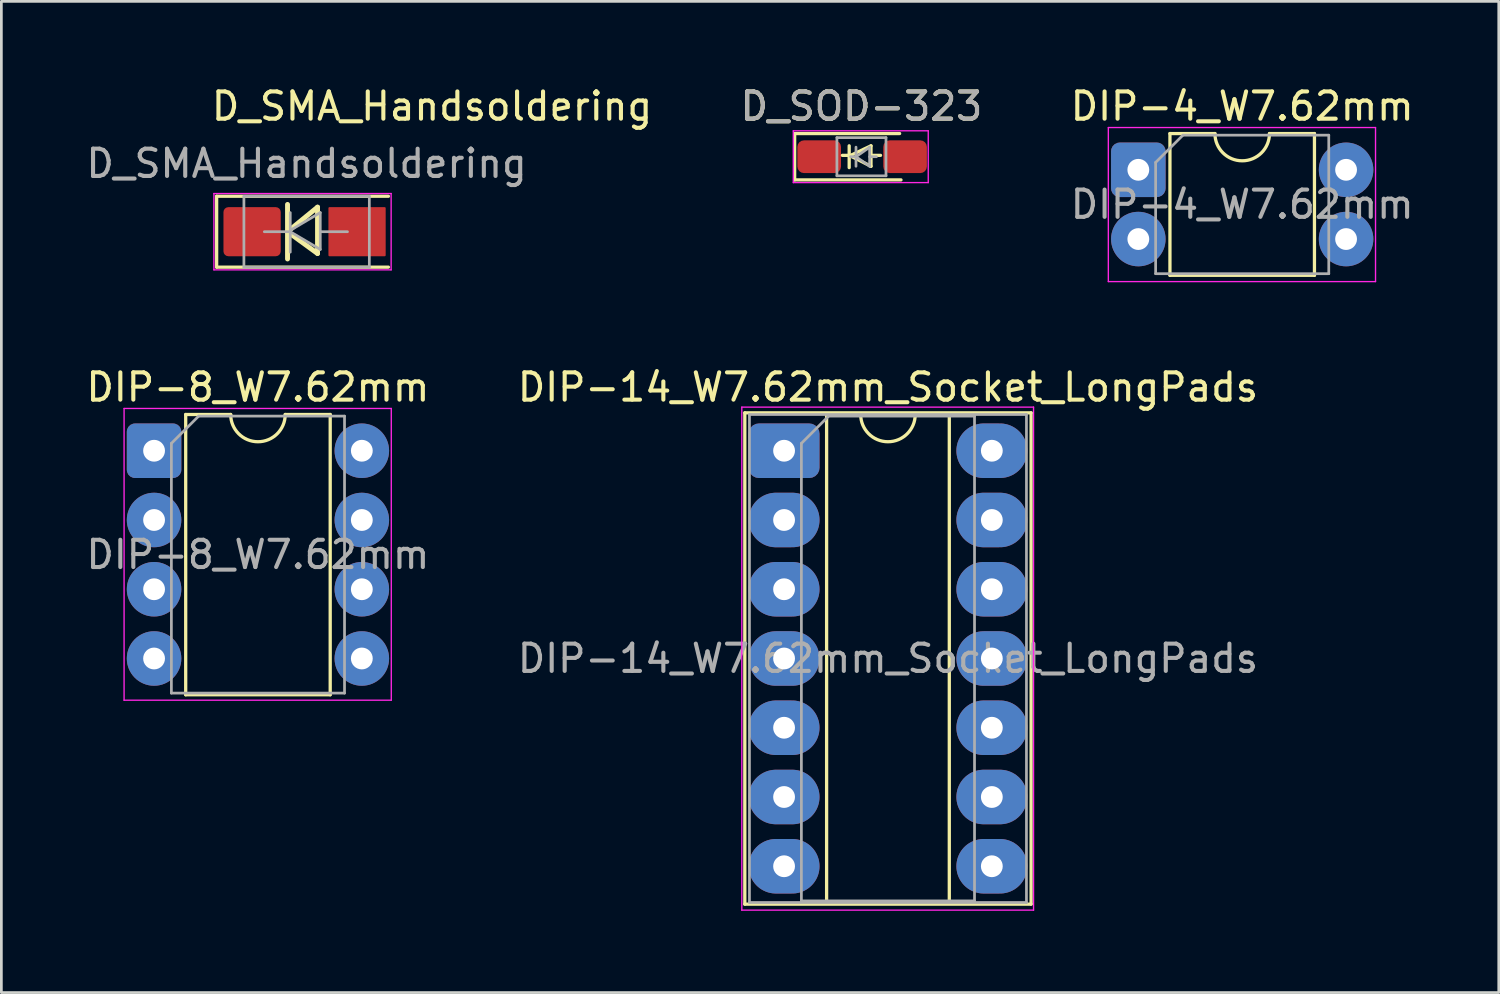
<source format=kicad_pcb>
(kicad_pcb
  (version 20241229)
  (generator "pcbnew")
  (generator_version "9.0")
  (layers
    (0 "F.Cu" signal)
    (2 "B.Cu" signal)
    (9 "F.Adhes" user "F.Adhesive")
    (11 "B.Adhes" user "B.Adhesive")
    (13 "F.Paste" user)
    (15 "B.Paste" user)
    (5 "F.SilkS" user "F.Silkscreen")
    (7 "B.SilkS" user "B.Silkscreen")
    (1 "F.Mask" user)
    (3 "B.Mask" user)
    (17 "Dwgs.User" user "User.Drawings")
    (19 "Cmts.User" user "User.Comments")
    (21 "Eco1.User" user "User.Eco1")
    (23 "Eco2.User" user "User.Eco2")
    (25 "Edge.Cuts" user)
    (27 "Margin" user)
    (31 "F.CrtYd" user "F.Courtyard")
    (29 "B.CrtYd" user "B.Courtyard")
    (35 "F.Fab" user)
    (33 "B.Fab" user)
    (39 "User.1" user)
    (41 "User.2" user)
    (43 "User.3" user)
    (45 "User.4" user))
  (footprint "D_SOD-323"
    (layer "F.Cu")
    (at 28.546 2.698)
    (property "Reference" "D_SOD-323" (at 0 -1.85 0) (layer "F.SilkS") (effects (font (size 1 1) (thickness 0.15))))
    (attr smd)
    (fp_line (start -2.45 -0.85) (end -2.45 0.85) (stroke (width 0.12) (type solid)) (layer "F.SilkS"))
    (fp_line (start -2.45 -0.85) (end 1.4 -0.85) (stroke (width 0.12) (type solid)) (layer "F.SilkS"))
    (fp_line (start -2.45 0.85) (end 1.45 0.85) (stroke (width 0.12) (type solid)) (layer "F.SilkS"))
    (fp_line (start -0.45 -0.4) (end -0.45 0.4) (stroke (width 0.12) (type solid)) (layer "F.SilkS"))
    (fp_line (start -0.45 -0.05) (end -0.7 -0.05) (stroke (width 0.12) (type solid)) (layer "F.SilkS"))
    (fp_line (start -0.4 -0.05) (end 0.35 -0.4) (stroke (width 0.12) (type solid)) (layer "F.SilkS"))
    (fp_line (start 0.35 -0.4) (end 0.35 0.35) (stroke (width 0.12) (type solid)) (layer "F.SilkS"))
    (fp_line (start 0.35 -0.05) (end 0.7 -0.05) (stroke (width 0.12) (type solid)) (layer "F.SilkS"))
    (fp_line (start 0.35 0.35) (end -0.45 -0.05) (stroke (width 0.12) (type solid)) (layer "F.SilkS"))
    (fp_line (start -2.5 -0.95) (end -2.5 0.95) (stroke (width 0.05) (type solid)) (layer "F.CrtYd"))
    (fp_line (start -2.5 -0.95) (end 2.45 -0.95) (stroke (width 0.05) (type solid)) (layer "F.CrtYd"))
    (fp_line (start -2.5 0.95) (end 2.45 0.95) (stroke (width 0.05) (type solid)) (layer "F.CrtYd"))
    (fp_line (start 2.45 -0.95) (end 2.45 0.95) (stroke (width 0.05) (type solid)) (layer "F.CrtYd"))
    (fp_line (start -0.9 -0.7) (end 0.9 -0.7) (stroke (width 0.1) (type solid)) (layer "F.Fab"))
    (fp_line (start -0.9 0.7) (end -0.9 -0.7) (stroke (width 0.1) (type solid)) (layer "F.Fab"))
    (fp_line (start -0.2 -0.35) (end -0.2 0.35) (stroke (width 0.1) (type solid)) (layer "F.Fab"))
    (fp_line (start -0.2 0) (end -0.4 0) (stroke (width 0.1) (type solid)) (layer "F.Fab"))
    (fp_line (start -0.2 0) (end 0.3 -0.35) (stroke (width 0.1) (type solid)) (layer "F.Fab"))
    (fp_line (start 0.3 -0.35) (end 0.3 0.35) (stroke (width 0.1) (type solid)) (layer "F.Fab"))
    (fp_line (start 0.3 0) (end 0.55 0) (stroke (width 0.1) (type solid)) (layer "F.Fab"))
    (fp_line (start 0.3 0.35) (end -0.2 0) (stroke (width 0.1) (type solid)) (layer "F.Fab"))
    (fp_line (start 0.9 -0.7) (end 0.9 0.7) (stroke (width 0.1) (type solid)) (layer "F.Fab"))
    (fp_line (start 0.9 0.7) (end -0.9 0.7) (stroke (width 0.1) (type solid)) (layer "F.Fab"))
    (fp_text user "${REFERENCE}" (at 0 -1.85 0) (layer "F.Fab") (effects (font (size 1 1) (thickness 0.15))))
    (pad "1" smd roundrect (at -1.55 0) (size 1.6 1.2) (layers "F.Cu" "F.Mask" "F.Paste") (roundrect_rratio 0.2))
    (pad "2" smd roundrect (at 1.6 0) (size 1.6 1.2) (layers "F.Cu" "F.Mask" "F.Paste") (roundrect_rratio 0.2)))
  (footprint "DIP-8_W7.62mm"
    (layer "F.Cu")
    (at 2.601 13.482)
    (property "Reference" "DIP-8_W7.62mm" (at 3.81 -2.33 180) (layer "F.SilkS") (effects (font (size 1 1) (thickness 0.15))))
    (attr through_hole)
    (fp_line (start 1.16 -1.33) (end 1.16 8.95) (stroke (width 0.12) (type solid)) (layer "F.SilkS"))
    (fp_line (start 1.16 8.95) (end 6.46 8.95) (stroke (width 0.12) (type solid)) (layer "F.SilkS"))
    (fp_line (start 2.81 -1.33) (end 1.16 -1.33) (stroke (width 0.12) (type solid)) (layer "F.SilkS"))
    (fp_line (start 6.46 -1.33) (end 4.81 -1.33) (stroke (width 0.12) (type solid)) (layer "F.SilkS"))
    (fp_line (start 6.46 8.95) (end 6.46 -1.33) (stroke (width 0.12) (type solid)) (layer "F.SilkS"))
    (fp_arc (start 4.81 -1.33) (mid 3.81 -0.33) (end 2.81 -1.33) (stroke (width 0.12) (type solid)) (layer "F.SilkS"))
    (fp_line (start -1.1 -1.55) (end -1.1 9.15) (stroke (width 0.05) (type solid)) (layer "F.CrtYd"))
    (fp_line (start -1.1 9.15) (end 8.7 9.15) (stroke (width 0.05) (type solid)) (layer "F.CrtYd"))
    (fp_line (start 8.7 -1.55) (end -1.1 -1.55) (stroke (width 0.05) (type solid)) (layer "F.CrtYd"))
    (fp_line (start 8.7 9.15) (end 8.7 -1.55) (stroke (width 0.05) (type solid)) (layer "F.CrtYd"))
    (fp_line (start 0.635 -0.27) (end 1.635 -1.27) (stroke (width 0.1) (type solid)) (layer "F.Fab"))
    (fp_line (start 0.635 8.89) (end 0.635 -0.27) (stroke (width 0.1) (type solid)) (layer "F.Fab"))
    (fp_line (start 1.635 -1.27) (end 6.985 -1.27) (stroke (width 0.1) (type solid)) (layer "F.Fab"))
    (fp_line (start 6.985 -1.27) (end 6.985 8.89) (stroke (width 0.1) (type solid)) (layer "F.Fab"))
    (fp_line (start 6.985 8.89) (end 0.635 8.89) (stroke (width 0.1) (type solid)) (layer "F.Fab"))
    (fp_text user "${REFERENCE}" (at 3.81 3.81 180) (layer "F.Fab") (effects (font (size 1 1) (thickness 0.15))))
    (pad "1" thru_hole roundrect (at 0 0) (size 2 2) (drill 0.8) (layers "*.Cu" "*.Mask") (roundrect_rratio 0.15))
    (pad "2" thru_hole oval (at 0 2.54) (size 2 2) (drill 0.8) (layers "*.Cu" "*.Mask"))
    (pad "3" thru_hole oval (at 0 5.08) (size 2 2) (drill 0.8) (layers "*.Cu" "*.Mask"))
    (pad "4" thru_hole oval (at 0 7.62) (size 2 2) (drill 0.8) (layers "*.Cu" "*.Mask"))
    (pad "5" thru_hole oval (at 7.62 7.62) (size 2 2) (drill 0.8) (layers "*.Cu" "*.Mask"))
    (pad "6" thru_hole oval (at 7.62 5.08) (size 2 2) (drill 0.8) (layers "*.Cu" "*.Mask"))
    (pad "7" thru_hole oval (at 7.62 2.54) (size 2 2) (drill 0.8) (layers "*.Cu" "*.Mask"))
    (pad "8" thru_hole oval (at 7.62 0) (size 2 2) (drill 0.8) (layers "*.Cu" "*.Mask")))
  (footprint "DIP-4_W7.62mm"
    (layer "F.Cu")
    (at 38.701 3.178)
    (property "Reference" "DIP-4_W7.62mm" (at 3.81 -2.33 180) (layer "F.SilkS") (effects (font (size 1 1) (thickness 0.15))))
    (attr through_hole)
    (fp_line (start 1.16 -1.33) (end 1.16 3.87) (stroke (width 0.12) (type solid)) (layer "F.SilkS"))
    (fp_line (start 1.16 3.87) (end 6.46 3.87) (stroke (width 0.12) (type solid)) (layer "F.SilkS"))
    (fp_line (start 2.81 -1.33) (end 1.16 -1.33) (stroke (width 0.12) (type solid)) (layer "F.SilkS"))
    (fp_line (start 6.46 -1.33) (end 4.81 -1.33) (stroke (width 0.12) (type solid)) (layer "F.SilkS"))
    (fp_line (start 6.46 3.87) (end 6.46 -1.33) (stroke (width 0.12) (type solid)) (layer "F.SilkS"))
    (fp_arc (start 4.81 -1.33) (mid 3.81 -0.33) (end 2.81 -1.33) (stroke (width 0.12) (type solid)) (layer "F.SilkS"))
    (fp_line (start -1.1 -1.55) (end -1.1 4.1) (stroke (width 0.05) (type solid)) (layer "F.CrtYd"))
    (fp_line (start -1.1 4.1) (end 8.7 4.1) (stroke (width 0.05) (type solid)) (layer "F.CrtYd"))
    (fp_line (start 8.7 -1.55) (end -1.1 -1.55) (stroke (width 0.05) (type solid)) (layer "F.CrtYd"))
    (fp_line (start 8.7 4.1) (end 8.7 -1.55) (stroke (width 0.05) (type solid)) (layer "F.CrtYd"))
    (fp_line (start 0.635 -0.27) (end 1.635 -1.27) (stroke (width 0.1) (type solid)) (layer "F.Fab"))
    (fp_line (start 0.635 3.81) (end 0.635 -0.27) (stroke (width 0.1) (type solid)) (layer "F.Fab"))
    (fp_line (start 1.635 -1.27) (end 6.985 -1.27) (stroke (width 0.1) (type solid)) (layer "F.Fab"))
    (fp_line (start 6.985 -1.27) (end 6.985 3.81) (stroke (width 0.1) (type solid)) (layer "F.Fab"))
    (fp_line (start 6.985 3.81) (end 0.635 3.81) (stroke (width 0.1) (type solid)) (layer "F.Fab"))
    (fp_text user "${REFERENCE}" (at 3.81 1.27 180) (layer "F.Fab") (effects (font (size 1 1) (thickness 0.15))))
    (pad "1" thru_hole roundrect (at 0 0) (size 2 2) (drill 0.8) (layers "*.Cu" "*.Mask") (roundrect_rratio 0.16))
    (pad "2" thru_hole oval (at 0 2.54) (size 2 2) (drill 0.8) (layers "*.Cu" "*.Mask"))
    (pad "3" thru_hole oval (at 7.62 2.54) (size 2 2) (drill 0.8) (layers "*.Cu" "*.Mask"))
    (pad "4" thru_hole oval (at 7.62 0) (size 2 2) (drill 0.8) (layers "*.Cu" "*.Mask")))
  (footprint "D_SMA_Handsoldering"
    (layer "F.Cu")
    (at 8.196 5.448)
    (property "Reference" "D_SMA_Handsoldering" (at 4.6 -4.6 180) (layer "F.SilkS") (effects (font (size 1 1) (thickness 0.15))))
    (attr smd)
    (fp_line (start -3.3 -1.3) (end -3.3 1.3) (stroke (width 0.12) (type solid)) (layer "F.SilkS"))
    (fp_line (start -3.3 -1.3) (end 3 -1.3) (stroke (width 0.12) (type solid)) (layer "F.SilkS"))
    (fp_line (start -3.3 1.3) (end 3 1.3) (stroke (width 0.12) (type solid)) (layer "F.SilkS"))
    (fp_line (start -0.7 -1) (end -0.7 1) (stroke (width 0.18) (type solid)) (layer "F.SilkS"))
    (fp_line (start -0.7 0) (end 0.4 0.8) (stroke (width 0.18) (type solid)) (layer "F.SilkS"))
    (fp_line (start -0.7 0) (end 0.401 -0.9) (stroke (width 0.18) (type solid)) (layer "F.SilkS"))
    (fp_line (start 0.4 0.8) (end 0.401 -0.9) (stroke (width 0.18) (type solid)) (layer "F.SilkS"))
    (fp_line (start -3.4 -1.4) (end 3.1 -1.4) (stroke (width 0.05) (type solid)) (layer "F.CrtYd"))
    (fp_line (start -3.4 1.4) (end -3.4 -1.4) (stroke (width 0.05) (type solid)) (layer "F.CrtYd"))
    (fp_line (start 3.1 -1.4) (end 3.1 1.4) (stroke (width 0.05) (type solid)) (layer "F.CrtYd"))
    (fp_line (start 3.1 1.4) (end -3.4 1.4) (stroke (width 0.05) (type solid)) (layer "F.CrtYd"))
    (fp_line (start -2.3 1.3) (end -2.3 -1.3) (stroke (width 0.1) (type solid)) (layer "F.Fab"))
    (fp_line (start -0.649 0.001) (end -1.551 0.001) (stroke (width 0.1) (type solid)) (layer "F.Fab"))
    (fp_line (start -0.6 -0.7) (end -0.6 0.75) (stroke (width 0.1) (type solid)) (layer "F.Fab"))
    (fp_line (start -0.6 -0.05) (end 0.5 -0.7) (stroke (width 0.1) (type solid)) (layer "F.Fab"))
    (fp_line (start -0.6 0.001) (end 0.5 0.65) (stroke (width 0.1) (type solid)) (layer "F.Fab"))
    (fp_line (start 0.501 0.001) (end 1.499 0.001) (stroke (width 0.1) (type solid)) (layer "F.Fab"))
    (fp_line (start 0.501 0.65) (end 0.5 -0.7) (stroke (width 0.1) (type solid)) (layer "F.Fab"))
    (fp_line (start 2.3 -1.3) (end -2.3 -1.3) (stroke (width 0.1) (type solid)) (layer "F.Fab"))
    (fp_line (start 2.3 -1.3) (end 2.3 1.3) (stroke (width 0.1) (type solid)) (layer "F.Fab"))
    (fp_line (start 2.3 1.3) (end -2.3 1.3) (stroke (width 0.1) (type solid)) (layer "F.Fab"))
    (fp_text user "${REFERENCE}" (at 0 -2.5 180) (layer "F.Fab") (effects (font (size 1 1) (thickness 0.15))))
    (pad "1" smd roundrect (at -2 0) (size 2.1 1.8) (layers "F.Cu" "F.Mask" "F.Paste") (roundrect_rratio 0.1))
    (pad "2" smd roundrect (at 1.85 0) (size 2.1 1.8) (layers "F.Cu" "F.Mask" "F.Paste") (roundrect_rratio 0.02)))
  (footprint "DIP-14_W7.62mm_Socket_LongPads"
    (layer "F.Cu")
    (at 25.708 13.482)
    (property "Reference" "DIP-14_W7.62mm_Socket_LongPads" (at 3.81 -2.33 0) (layer "F.SilkS") (effects (font (size 1 1) (thickness 0.15))))
    (attr through_hole)
    (fp_line (start -1.44 -1.39) (end -1.44 16.63) (stroke (width 0.12) (type solid)) (layer "F.SilkS"))
    (fp_line (start -1.44 16.63) (end 9.06 16.63) (stroke (width 0.12) (type solid)) (layer "F.SilkS"))
    (fp_line (start 1.56 -1.33) (end 1.56 16.57) (stroke (width 0.12) (type solid)) (layer "F.SilkS"))
    (fp_line (start 1.56 16.57) (end 6.06 16.57) (stroke (width 0.12) (type solid)) (layer "F.SilkS"))
    (fp_line (start 2.81 -1.33) (end 1.56 -1.33) (stroke (width 0.12) (type solid)) (layer "F.SilkS"))
    (fp_line (start 6.06 -1.33) (end 4.81 -1.33) (stroke (width 0.12) (type solid)) (layer "F.SilkS"))
    (fp_line (start 6.06 16.57) (end 6.06 -1.33) (stroke (width 0.12) (type solid)) (layer "F.SilkS"))
    (fp_line (start 9.06 -1.39) (end -1.44 -1.39) (stroke (width 0.12) (type solid)) (layer "F.SilkS"))
    (fp_line (start 9.06 16.63) (end 9.06 -1.39) (stroke (width 0.12) (type solid)) (layer "F.SilkS"))
    (fp_arc (start 4.81 -1.33) (mid 3.81 -0.33) (end 2.81 -1.33) (stroke (width 0.12) (type solid)) (layer "F.SilkS"))
    (fp_line (start -1.55 -1.6) (end -1.55 16.85) (stroke (width 0.05) (type solid)) (layer "F.CrtYd"))
    (fp_line (start -1.55 16.85) (end 9.15 16.85) (stroke (width 0.05) (type solid)) (layer "F.CrtYd"))
    (fp_line (start 9.15 -1.6) (end -1.55 -1.6) (stroke (width 0.05) (type solid)) (layer "F.CrtYd"))
    (fp_line (start 9.15 16.85) (end 9.15 -1.6) (stroke (width 0.05) (type solid)) (layer "F.CrtYd"))
    (fp_line (start -1.27 -1.33) (end -1.27 16.57) (stroke (width 0.1) (type solid)) (layer "F.Fab"))
    (fp_line (start -1.27 16.57) (end 8.89 16.57) (stroke (width 0.1) (type solid)) (layer "F.Fab"))
    (fp_line (start 0.635 -0.27) (end 1.635 -1.27) (stroke (width 0.1) (type solid)) (layer "F.Fab"))
    (fp_line (start 0.635 16.51) (end 0.635 -0.27) (stroke (width 0.1) (type solid)) (layer "F.Fab"))
    (fp_line (start 1.635 -1.27) (end 6.985 -1.27) (stroke (width 0.1) (type solid)) (layer "F.Fab"))
    (fp_line (start 6.985 -1.27) (end 6.985 16.51) (stroke (width 0.1) (type solid)) (layer "F.Fab"))
    (fp_line (start 6.985 16.51) (end 0.635 16.51) (stroke (width 0.1) (type solid)) (layer "F.Fab"))
    (fp_line (start 8.89 -1.33) (end -1.27 -1.33) (stroke (width 0.1) (type solid)) (layer "F.Fab"))
    (fp_line (start 8.89 16.57) (end 8.89 -1.33) (stroke (width 0.1) (type solid)) (layer "F.Fab"))
    (fp_text user "${REFERENCE}" (at 3.81 7.62 0) (layer "F.Fab") (effects (font (size 1 1) (thickness 0.15))))
    (pad "1" thru_hole roundrect (at 0 0) (size 2.6 2) (drill 0.8) (layers "*.Cu" "*.Mask") (roundrect_rratio 0.188))
    (pad "2" thru_hole oval (at 0 2.54) (size 2.6 2) (drill 0.8) (layers "*.Cu" "*.Mask"))
    (pad "3" thru_hole oval (at 0 5.08) (size 2.6 2) (drill 0.8) (layers "*.Cu" "*.Mask"))
    (pad "4" thru_hole oval (at 0 7.62) (size 2.6 2) (drill 0.8) (layers "*.Cu" "*.Mask"))
    (pad "5" thru_hole oval (at 0 10.16) (size 2.6 2) (drill 0.8) (layers "*.Cu" "*.Mask"))
    (pad "6" thru_hole oval (at 0 12.7) (size 2.6 2) (drill 0.8) (layers "*.Cu" "*.Mask"))
    (pad "7" thru_hole oval (at 0 15.24) (size 2.6 2) (drill 0.8) (layers "*.Cu" "*.Mask"))
    (pad "8" thru_hole oval (at 7.62 15.24) (size 2.6 2) (drill 0.8) (layers "*.Cu" "*.Mask"))
    (pad "9" thru_hole oval (at 7.62 12.7) (size 2.6 2) (drill 0.8) (layers "*.Cu" "*.Mask"))
    (pad "10" thru_hole oval (at 7.62 10.16) (size 2.6 2) (drill 0.8) (layers "*.Cu" "*.Mask"))
    (pad "11" thru_hole oval (at 7.62 7.62) (size 2.6 2) (drill 0.8) (layers "*.Cu" "*.Mask"))
    (pad "12" thru_hole oval (at 7.62 5.08) (size 2.6 2) (drill 0.8) (layers "*.Cu" "*.Mask"))
    (pad "13" thru_hole oval (at 7.62 2.54) (size 2.6 2) (drill 0.8) (layers "*.Cu" "*.Mask"))
    (pad "14" thru_hole oval (at 7.62 0) (size 2.6 2) (drill 0.8) (layers "*.Cu" "*.Mask")))
  (gr_rect
    (start -3 -3)
    (end 51.921 33.356)
    (stroke (width 0.1) (type default))
    (fill no)
    (layer "Edge.Cuts")))
</source>
